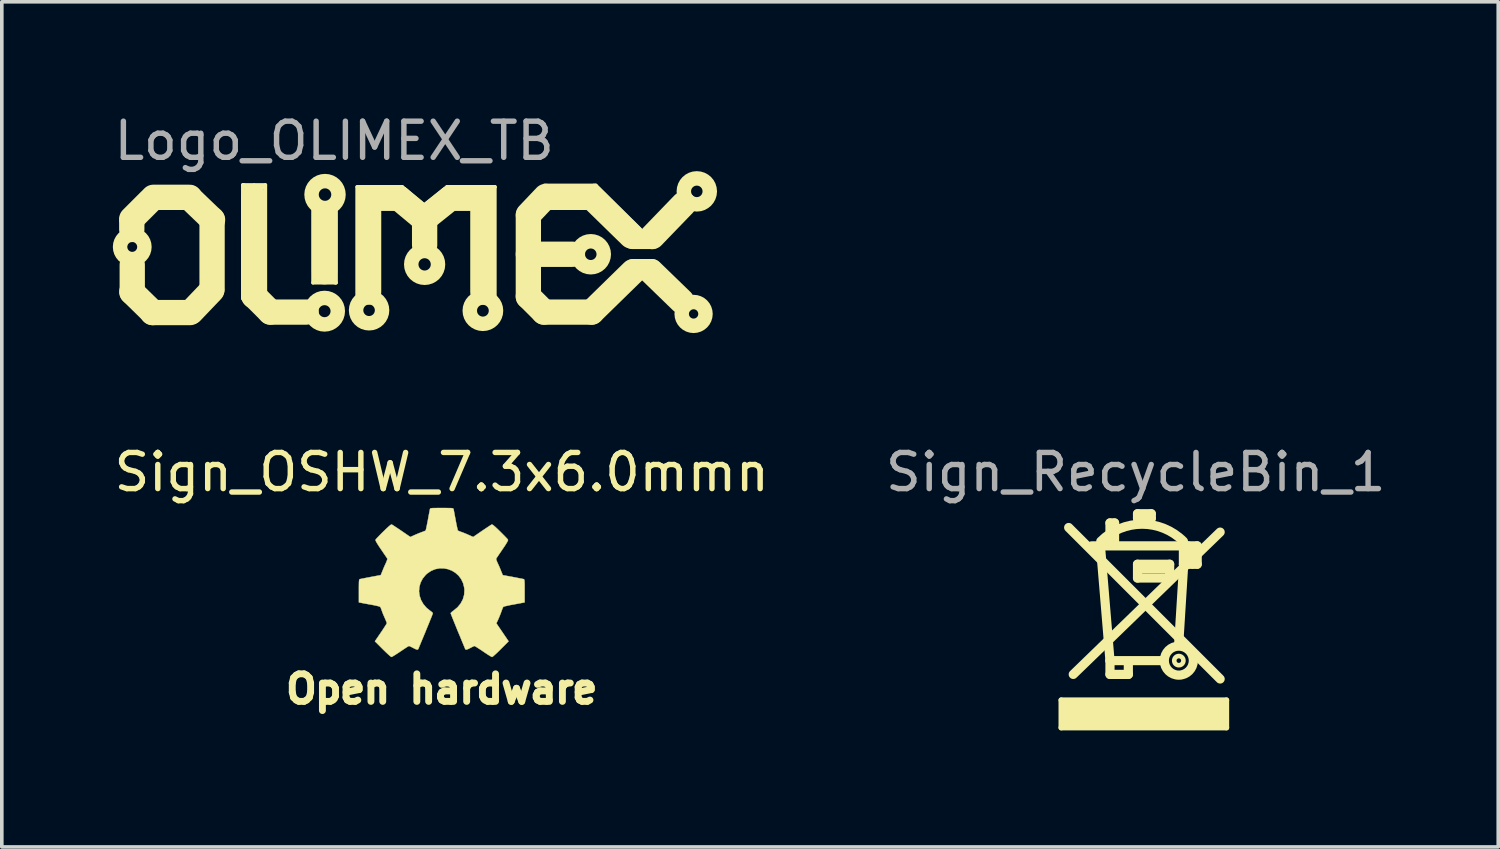
<source format=kicad_pcb>
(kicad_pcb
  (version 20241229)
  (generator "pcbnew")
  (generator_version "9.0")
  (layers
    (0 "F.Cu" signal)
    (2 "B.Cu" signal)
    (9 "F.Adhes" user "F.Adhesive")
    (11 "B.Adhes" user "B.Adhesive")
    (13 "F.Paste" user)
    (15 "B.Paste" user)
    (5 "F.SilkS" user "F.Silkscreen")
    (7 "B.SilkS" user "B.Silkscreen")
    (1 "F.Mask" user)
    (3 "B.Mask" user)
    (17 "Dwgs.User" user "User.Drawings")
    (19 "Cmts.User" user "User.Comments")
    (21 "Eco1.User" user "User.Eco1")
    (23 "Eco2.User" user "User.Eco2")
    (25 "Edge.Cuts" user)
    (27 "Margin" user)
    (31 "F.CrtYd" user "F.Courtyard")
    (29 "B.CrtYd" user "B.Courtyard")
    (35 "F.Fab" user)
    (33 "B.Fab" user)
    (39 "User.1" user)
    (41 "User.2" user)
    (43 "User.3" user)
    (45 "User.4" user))
  (footprint "Sign_OSHW_7.3x6.0mmn"
    (layer "F.Cu")
    (at 9.173 13.764)
    (property "Reference" "Sign_OSHW_7.3x6.0mmn" (at 0 -3.75 0) (layer "F.SilkS") (effects (font (size 1 1) (thickness 0.15))))
    (attr exclude_from_pos_files exclude_from_bom)
    (fp_poly (pts (xy 0.104 -2.758) (xy 0.182 -2.757) (xy 0.239 -2.756) (xy 0.278 -2.754) (xy 0.303 -2.75) (xy 0.316 -2.744) (xy 0.323 -2.737) (xy 0.326 -2.726) (xy 0.327 -2.725) (xy 0.332 -2.701) (xy 0.341 -2.653) (xy 0.353 -2.587) (xy 0.368 -2.508) (xy 0.385 -2.42) (xy 0.385 -2.417) (xy 0.401 -2.331) (xy 0.417 -2.255) (xy 0.43 -2.194) (xy 0.44 -2.152) (xy 0.446 -2.133) (xy 0.447 -2.133) (xy 0.465 -2.124) (xy 0.502 -2.109) (xy 0.551 -2.091) (xy 0.552 -2.091) (xy 0.613 -2.068) (xy 0.686 -2.038) (xy 0.754 -2.008) (xy 0.757 -2.007) (xy 0.869 -1.956) (xy 1.115 -2.125) (xy 1.191 -2.176) (xy 1.26 -2.222) (xy 1.317 -2.26) (xy 1.359 -2.287) (xy 1.383 -2.301) (xy 1.385 -2.302) (xy 1.402 -2.298) (xy 1.434 -2.275) (xy 1.481 -2.235) (xy 1.546 -2.174) (xy 1.612 -2.11) (xy 1.676 -2.046) (xy 1.733 -1.989) (xy 1.78 -1.94) (xy 1.814 -1.904) (xy 1.83 -1.884) (xy 1.831 -1.883) (xy 1.833 -1.869) (xy 1.826 -1.847) (xy 1.809 -1.814) (xy 1.779 -1.765) (xy 1.737 -1.699) (xy 1.679 -1.614) (xy 1.629 -1.54) (xy 1.583 -1.473) (xy 1.546 -1.417) (xy 1.519 -1.378) (xy 1.506 -1.357) (xy 1.505 -1.356) (xy 1.507 -1.336) (xy 1.519 -1.298) (xy 1.54 -1.248) (xy 1.547 -1.232) (xy 1.58 -1.162) (xy 1.614 -1.082) (xy 1.642 -1.012) (xy 1.663 -0.961) (xy 1.679 -0.922) (xy 1.688 -0.901) (xy 1.689 -0.9) (xy 1.706 -0.897) (xy 1.746 -0.89) (xy 1.804 -0.879) (xy 1.875 -0.866) (xy 1.952 -0.852) (xy 2.032 -0.837) (xy 2.107 -0.822) (xy 2.174 -0.809) (xy 2.227 -0.799) (xy 2.26 -0.792) (xy 2.268 -0.79) (xy 2.276 -0.785) (xy 2.283 -0.774) (xy 2.287 -0.754) (xy 2.29 -0.72) (xy 2.292 -0.67) (xy 2.293 -0.599) (xy 2.293 -0.504) (xy 2.293 -0.465) (xy 2.293 -0.147) (xy 2.217 -0.132) (xy 2.175 -0.124) (xy 2.111 -0.112) (xy 2.035 -0.098) (xy 1.953 -0.083) (xy 1.93 -0.079) (xy 1.855 -0.064) (xy 1.789 -0.049) (xy 1.738 -0.037) (xy 1.709 -0.027) (xy 1.704 -0.024) (xy 1.691 -0.003) (xy 1.674 0.038) (xy 1.655 0.09) (xy 1.651 0.102) (xy 1.625 0.172) (xy 1.594 0.25) (xy 1.563 0.321) (xy 1.563 0.322) (xy 1.511 0.433) (xy 1.68 0.681) (xy 1.849 0.93) (xy 1.632 1.147) (xy 1.567 1.212) (xy 1.507 1.269) (xy 1.456 1.315) (xy 1.418 1.348) (xy 1.396 1.363) (xy 1.392 1.364) (xy 1.374 1.356) (xy 1.335 1.335) (xy 1.281 1.301) (xy 1.216 1.259) (xy 1.146 1.212) (xy 1.075 1.164) (xy 1.011 1.122) (xy 0.959 1.089) (xy 0.923 1.067) (xy 0.907 1.06) (xy 0.887 1.066) (xy 0.85 1.083) (xy 0.803 1.107) (xy 0.798 1.11) (xy 0.734 1.142) (xy 0.69 1.158) (xy 0.663 1.158) (xy 0.649 1.143) (xy 0.649 1.143) (xy 0.642 1.126) (xy 0.625 1.085) (xy 0.6 1.024) (xy 0.567 0.945) (xy 0.529 0.852) (xy 0.486 0.748) (xy 0.444 0.648) (xy 0.399 0.537) (xy 0.357 0.434) (xy 0.32 0.342) (xy 0.289 0.265) (xy 0.266 0.206) (xy 0.251 0.167) (xy 0.247 0.153) (xy 0.258 0.136) (xy 0.287 0.11) (xy 0.326 0.081) (xy 0.437 -0.011) (xy 0.523 -0.116) (xy 0.585 -0.233) (xy 0.62 -0.358) (xy 0.628 -0.49) (xy 0.622 -0.552) (xy 0.591 -0.678) (xy 0.538 -0.79) (xy 0.466 -0.886) (xy 0.378 -0.965) (xy 0.278 -1.026) (xy 0.168 -1.067) (xy 0.053 -1.089) (xy -0.065 -1.088) (xy -0.181 -1.066) (xy -0.294 -1.019) (xy -0.4 -0.948) (xy -0.444 -0.908) (xy -0.528 -0.805) (xy -0.587 -0.692) (xy -0.62 -0.573) (xy -0.629 -0.451) (xy -0.613 -0.329) (xy -0.573 -0.211) (xy -0.51 -0.1) (xy -0.423 0.002) (xy -0.326 0.081) (xy -0.286 0.111) (xy -0.257 0.137) (xy -0.247 0.153) (xy -0.252 0.17) (xy -0.267 0.21) (xy -0.291 0.272) (xy -0.323 0.35) (xy -0.36 0.443) (xy -0.403 0.546) (xy -0.444 0.648) (xy -0.49 0.759) (xy -0.533 0.862) (xy -0.571 0.953) (xy -0.603 1.03) (xy -0.627 1.09) (xy -0.643 1.129) (xy -0.649 1.143) (xy -0.663 1.158) (xy -0.69 1.158) (xy -0.734 1.142) (xy -0.797 1.11) (xy -0.798 1.11) (xy -0.845 1.085) (xy -0.884 1.067) (xy -0.906 1.06) (xy -0.907 1.06) (xy -0.923 1.067) (xy -0.96 1.089) (xy -1.012 1.122) (xy -1.075 1.164) (xy -1.146 1.212) (xy -1.218 1.26) (xy -1.283 1.302) (xy -1.336 1.335) (xy -1.374 1.357) (xy -1.392 1.364) (xy -1.409 1.354) (xy -1.443 1.327) (xy -1.49 1.284) (xy -1.547 1.231) (xy -1.612 1.168) (xy -1.633 1.147) (xy -1.85 0.93) (xy -1.684 0.687) (xy -1.634 0.613) (xy -1.59 0.546) (xy -1.555 0.491) (xy -1.53 0.451) (xy -1.519 0.43) (xy -1.519 0.429) (xy -1.525 0.409) (xy -1.54 0.37) (xy -1.562 0.317) (xy -1.578 0.282) (xy -1.607 0.215) (xy -1.635 0.147) (xy -1.656 0.09) (xy -1.662 0.073) (xy -1.679 0.026) (xy -1.695 -0.01) (xy -1.704 -0.024) (xy -1.723 -0.032) (xy -1.766 -0.044) (xy -1.826 -0.058) (xy -1.898 -0.073) (xy -1.93 -0.079) (xy -2.012 -0.094) (xy -2.091 -0.108) (xy -2.159 -0.121) (xy -2.208 -0.13) (xy -2.217 -0.132) (xy -2.293 -0.147) (xy -2.293 -0.465) (xy -2.293 -0.569) (xy -2.292 -0.648) (xy -2.291 -0.705) (xy -2.288 -0.744) (xy -2.284 -0.769) (xy -2.279 -0.782) (xy -2.271 -0.789) (xy -2.268 -0.79) (xy -2.249 -0.794) (xy -2.207 -0.802) (xy -2.148 -0.814) (xy -2.077 -0.828) (xy -1.999 -0.843) (xy -1.92 -0.858) (xy -1.845 -0.872) (xy -1.779 -0.884) (xy -1.727 -0.894) (xy -1.696 -0.899) (xy -1.689 -0.9) (xy -1.683 -0.912) (xy -1.669 -0.946) (xy -1.65 -0.994) (xy -1.642 -1.012) (xy -1.613 -1.085) (xy -1.578 -1.165) (xy -1.547 -1.232) (xy -1.525 -1.284) (xy -1.51 -1.326) (xy -1.504 -1.352) (xy -1.505 -1.356) (xy -1.516 -1.372) (xy -1.54 -1.409) (xy -1.576 -1.461) (xy -1.62 -1.526) (xy -1.67 -1.6) (xy -1.68 -1.614) (xy -1.738 -1.7) (xy -1.78 -1.766) (xy -1.809 -1.814) (xy -1.826 -1.847) (xy -1.833 -1.869) (xy -1.831 -1.883) (xy -1.831 -1.883) (xy -1.816 -1.901) (xy -1.785 -1.935) (xy -1.739 -1.983) (xy -1.683 -2.04) (xy -1.62 -2.103) (xy -1.612 -2.11) (xy -1.533 -2.187) (xy -1.471 -2.244) (xy -1.427 -2.281) (xy -1.398 -2.3) (xy -1.385 -2.302) (xy -1.367 -2.292) (xy -1.328 -2.267) (xy -1.274 -2.231) (xy -1.207 -2.187) (xy -1.133 -2.137) (xy -1.115 -2.125) (xy -0.869 -1.956) (xy -0.757 -2.007) (xy -0.69 -2.036) (xy -0.617 -2.066) (xy -0.554 -2.09) (xy -0.552 -2.091) (xy -0.503 -2.109) (xy -0.465 -2.124) (xy -0.447 -2.133) (xy -0.447 -2.133) (xy -0.441 -2.149) (xy -0.431 -2.19) (xy -0.418 -2.25) (xy -0.403 -2.325) (xy -0.386 -2.41) (xy -0.385 -2.417) (xy -0.369 -2.505) (xy -0.354 -2.585) (xy -0.341 -2.651) (xy -0.332 -2.7) (xy -0.327 -2.725) (xy -0.327 -2.725) (xy -0.323 -2.736) (xy -0.317 -2.744) (xy -0.305 -2.75) (xy -0.281 -2.753) (xy -0.244 -2.756) (xy -0.19 -2.757) (xy -0.114 -2.758) (xy -0.013 -2.758) (xy 0 -2.758) (xy 0.104 -2.758)) (stroke (width 0.01) (type solid)) (fill yes) (layer "F.SilkS"))
    (fp_text user "Open hardware" (at 0 2.25 0) (layer "F.SilkS") (effects (font (size 0.762 0.762) (thickness 0.191)))))
  (footprint "Logo_OLIMEX_TB"
    (layer "F.Cu")
    (at 8.597 3.909)
    (property "Reference" "Logo_OLIMEX_TB" (at -2.4 -3.061 0) (layer "F.Fab") (effects (font (size 1 1) (thickness 0.15))))
    (attr through_hole)
    (fp_line (start -8.001 -0.902) (end -7.493 -1.41) (stroke (width 0.7) (type solid)) (layer "F.SilkS"))
    (fp_line (start -8.001 -0.851) (end -8.001 -0.61) (stroke (width 0.7) (type solid)) (layer "F.SilkS"))
    (fp_line (start -8.001 1.118) (end -7.417 1.689) (stroke (width 0.7) (type solid)) (layer "F.SilkS"))
    (fp_line (start -7.988 1.13) (end -7.988 0.368) (stroke (width 0.7) (type solid)) (layer "F.SilkS"))
    (fp_line (start -7.429 1.689) (end -6.388 1.689) (stroke (width 0.7) (type solid)) (layer "F.SilkS"))
    (fp_line (start -6.401 -1.499) (end -7.404 -1.499) (stroke (width 0.7) (type solid)) (layer "F.SilkS"))
    (fp_line (start -6.401 -1.486) (end -5.766 -0.876) (stroke (width 0.7) (type solid)) (layer "F.SilkS"))
    (fp_line (start -5.791 1.079) (end -6.35 1.664) (stroke (width 0.7) (type solid)) (layer "F.SilkS"))
    (fp_line (start -5.779 -0.889) (end -5.779 1.041) (stroke (width 0.7) (type solid)) (layer "F.SilkS"))
    (fp_line (start -4.928 -1.841) (end -4.928 1.308) (stroke (width 0.1) (type solid)) (layer "F.SilkS"))
    (fp_line (start -4.915 -1.841) (end -4.928 -1.841) (stroke (width 0.1) (type solid)) (layer "F.SilkS"))
    (fp_line (start -4.902 -1.841) (end -4.915 -1.841) (stroke (width 0.1) (type solid)) (layer "F.SilkS"))
    (fp_line (start -4.788 -1.753) (end -4.851 -1.765) (stroke (width 0.1) (type solid)) (layer "F.SilkS"))
    (fp_line (start -4.623 -1.841) (end -4.902 -1.841) (stroke (width 0.1) (type solid)) (layer "F.SilkS"))
    (fp_line (start -4.623 1.232) (end -4.623 -1.499) (stroke (width 0.7) (type solid)) (layer "F.SilkS"))
    (fp_line (start -4.61 -1.841) (end -4.305 -1.841) (stroke (width 0.1) (type solid)) (layer "F.SilkS"))
    (fp_line (start -4.483 -1.765) (end -4.369 -1.765) (stroke (width 0.1) (type solid)) (layer "F.SilkS"))
    (fp_line (start -4.305 -1.841) (end -4.305 1.194) (stroke (width 0.1) (type solid)) (layer "F.SilkS"))
    (fp_line (start -4.166 1.676) (end -4.623 1.219) (stroke (width 0.7) (type solid)) (layer "F.SilkS"))
    (fp_line (start -3.18 1.676) (end -4.166 1.676) (stroke (width 0.7) (type solid)) (layer "F.SilkS"))
    (fp_line (start -2.985 -1.156) (end -2.985 0.864) (stroke (width 0.1) (type solid)) (layer "F.SilkS"))
    (fp_line (start -2.985 0.864) (end -2.375 0.864) (stroke (width 0.1) (type solid)) (layer "F.SilkS"))
    (fp_line (start -2.845 0.8) (end -2.908 0.8) (stroke (width 0.1) (type solid)) (layer "F.SilkS"))
    (fp_line (start -2.667 -1.041) (end -2.667 0.559) (stroke (width 0.7) (type solid)) (layer "F.SilkS"))
    (fp_line (start -2.502 0.8) (end -2.413 0.8) (stroke (width 0.1) (type solid)) (layer "F.SilkS"))
    (fp_line (start -2.375 0.864) (end -2.349 0.864) (stroke (width 0.1) (type solid)) (layer "F.SilkS"))
    (fp_line (start -2.349 0.864) (end -2.349 -1.156) (stroke (width 0.1) (type solid)) (layer "F.SilkS"))
    (fp_line (start -1.765 -1.791) (end -0.521 -1.791) (stroke (width 0.1) (type solid)) (layer "F.SilkS"))
    (fp_line (start -1.765 1.206) (end -1.765 -1.778) (stroke (width 0.1) (type solid)) (layer "F.SilkS"))
    (fp_line (start -1.613 -1.727) (end -1.689 -1.727) (stroke (width 0.1) (type solid)) (layer "F.SilkS"))
    (fp_line (start -1.448 -1.473) (end -0.61 -1.473) (stroke (width 0.7) (type solid)) (layer "F.SilkS"))
    (fp_line (start -1.448 1.118) (end -1.448 -1.473) (stroke (width 0.7) (type solid)) (layer "F.SilkS"))
    (fp_line (start -0.61 -1.473) (end 0 -0.965) (stroke (width 0.7) (type solid)) (layer "F.SilkS"))
    (fp_line (start -0.521 -1.791) (end 0.064 -1.308) (stroke (width 0.1) (type solid)) (layer "F.SilkS"))
    (fp_line (start 0.102 -0.178) (end 0.102 -0.889) (stroke (width 0.7) (type solid)) (layer "F.SilkS"))
    (fp_line (start 0.178 -0.965) (end 0.813 -1.473) (stroke (width 0.7) (type solid)) (layer "F.SilkS"))
    (fp_line (start 0.724 -1.791) (end 0.102 -1.295) (stroke (width 0.1) (type solid)) (layer "F.SilkS"))
    (fp_line (start 0.749 -1.791) (end 0.724 -1.791) (stroke (width 0.1) (type solid)) (layer "F.SilkS"))
    (fp_line (start 0.813 -1.473) (end 1.702 -1.473) (stroke (width 0.7) (type solid)) (layer "F.SilkS"))
    (fp_line (start 1.714 -1.486) (end 1.714 1.118) (stroke (width 0.7) (type solid)) (layer "F.SilkS"))
    (fp_line (start 1.892 -1.714) (end 1.994 -1.714) (stroke (width 0.1) (type solid)) (layer "F.SilkS"))
    (fp_line (start 2.045 -1.791) (end 0.749 -1.791) (stroke (width 0.1) (type solid)) (layer "F.SilkS"))
    (fp_line (start 2.045 -1.778) (end 2.045 -1.791) (stroke (width 0.1) (type solid)) (layer "F.SilkS"))
    (fp_line (start 2.045 1.232) (end 2.045 -1.778) (stroke (width 0.1) (type solid)) (layer "F.SilkS"))
    (fp_line (start 2.972 -1.016) (end 3.454 -1.524) (stroke (width 0.7) (type solid)) (layer "F.SilkS"))
    (fp_line (start 2.972 -0.991) (end 2.972 1.245) (stroke (width 0.7) (type solid)) (layer "F.SilkS"))
    (fp_line (start 2.972 1.245) (end 3.404 1.676) (stroke (width 0.7) (type solid)) (layer "F.SilkS"))
    (fp_line (start 3.404 1.676) (end 4.724 1.676) (stroke (width 0.7) (type solid)) (layer "F.SilkS"))
    (fp_line (start 3.416 -1.829) (end 4.788 -1.829) (stroke (width 0.1) (type solid)) (layer "F.SilkS"))
    (fp_line (start 3.502 -1.499) (end 4.724 -1.499) (stroke (width 0.7) (type solid)) (layer "F.SilkS"))
    (fp_line (start 4.191 0.076) (end 2.972 0.076) (stroke (width 0.7) (type solid)) (layer "F.SilkS"))
    (fp_line (start 4.724 -1.499) (end 5.817 -0.432) (stroke (width 0.7) (type solid)) (layer "F.SilkS"))
    (fp_line (start 4.724 1.676) (end 5.867 0.559) (stroke (width 0.7) (type solid)) (layer "F.SilkS"))
    (fp_line (start 4.788 -1.829) (end 4.839 -1.829) (stroke (width 0.1) (type solid)) (layer "F.SilkS"))
    (fp_line (start 4.839 -1.829) (end 6.096 -0.584) (stroke (width 0.1) (type solid)) (layer "F.SilkS"))
    (fp_line (start 5.842 -0.318) (end 6.401 -0.318) (stroke (width 0.5) (type solid)) (layer "F.SilkS"))
    (fp_line (start 5.867 0.457) (end 6.401 0.457) (stroke (width 0.5) (type solid)) (layer "F.SilkS"))
    (fp_line (start 7.214 1.372) (end 6.375 0.559) (stroke (width 0.7) (type solid)) (layer "F.SilkS"))
    (fp_line (start 7.264 -1.308) (end 6.401 -0.414) (stroke (width 0.7) (type solid)) (layer "F.SilkS"))
    (fp_circle (center -7.988 -0.127) (end -7.671 -0.241) (stroke (width 0.4) (type solid)) (fill no) (layer "F.SilkS"))
    (fp_circle (center -2.667 1.651) (end -2.464 1.346) (stroke (width 0.4) (type solid)) (fill no) (layer "F.SilkS"))
    (fp_circle (center -2.654 -1.575) (end -2.54 -1.93) (stroke (width 0.4) (type solid)) (fill no) (layer "F.SilkS"))
    (fp_circle (center -1.435 1.626) (end -1.194 1.359) (stroke (width 0.4) (type solid)) (fill no) (layer "F.SilkS"))
    (fp_circle (center 0.102 0.356) (end 0.33 0.064) (stroke (width 0.4) (type solid)) (fill no) (layer "F.SilkS"))
    (fp_circle (center 1.714 1.638) (end 1.93 1.346) (stroke (width 0.4) (type solid)) (fill no) (layer "F.SilkS"))
    (fp_circle (center 4.699 0.076) (end 4.966 -0.165) (stroke (width 0.4) (type solid)) (fill no) (layer "F.SilkS"))
    (fp_circle (center 7.544 1.727) (end 7.836 1.575) (stroke (width 0.4) (type solid)) (fill no) (layer "F.SilkS"))
    (fp_circle (center 7.633 -1.664) (end 7.938 -1.854) (stroke (width 0.4) (type solid)) (fill no) (layer "F.SilkS")))
  (footprint "Sign_RecycleBin_1"
    (layer "F.Cu")
    (at 26.265 17.134)
    (property "Reference" "Sign_RecycleBin_1" (at 2.11 -7.12 0) (layer "F.Fab") (effects (font (size 1 1) (thickness 0.15))))
    (attr through_hole)
    (fp_line (start 0.048 -0.812) (end 4.62 -0.812) (stroke (width 0.15) (type solid)) (layer "F.SilkS"))
    (fp_line (start 0.048 -0.05) (end 0.048 -0.812) (stroke (width 0.15) (type solid)) (layer "F.SilkS"))
    (fp_line (start 0.099 -0.66) (end 4.569 -0.66) (stroke (width 0.15) (type solid)) (layer "F.SilkS"))
    (fp_line (start 0.099 -0.609) (end 4.518 -0.609) (stroke (width 0.15) (type solid)) (layer "F.SilkS"))
    (fp_line (start 0.099 -0.456) (end 4.569 -0.456) (stroke (width 0.15) (type solid)) (layer "F.SilkS"))
    (fp_line (start 0.099 -0.152) (end 4.518 -0.152) (stroke (width 0.15) (type solid)) (layer "F.SilkS"))
    (fp_line (start 0.254 -5.588) (end 4.445 -1.397) (stroke (width 0.254) (type solid)) (layer "F.SilkS"))
    (fp_line (start 0.381 -1.524) (end 4.445 -5.461) (stroke (width 0.254) (type solid)) (layer "F.SilkS"))
    (fp_line (start 0.889 -5.08) (end 3.81 -5.08) (stroke (width 0.254) (type solid)) (layer "F.SilkS"))
    (fp_line (start 1.397 -5.715) (end 1.524 -5.715) (stroke (width 0.254) (type solid)) (layer "F.SilkS"))
    (fp_line (start 1.397 -5.207) (end 1.397 -5.715) (stroke (width 0.254) (type solid)) (layer "F.SilkS"))
    (fp_line (start 1.397 -1.905) (end 1.143 -4.953) (stroke (width 0.254) (type solid)) (layer "F.SilkS"))
    (fp_line (start 1.397 -1.905) (end 1.397 -1.524) (stroke (width 0.254) (type solid)) (layer "F.SilkS"))
    (fp_line (start 1.397 -1.905) (end 2.794 -1.905) (stroke (width 0.254) (type solid)) (layer "F.SilkS"))
    (fp_line (start 1.397 -1.524) (end 1.905 -1.524) (stroke (width 0.254) (type solid)) (layer "F.SilkS"))
    (fp_line (start 1.524 -5.715) (end 1.524 -5.207) (stroke (width 0.254) (type solid)) (layer "F.SilkS"))
    (fp_line (start 1.905 -1.524) (end 1.905 -1.778) (stroke (width 0.254) (type solid)) (layer "F.SilkS"))
    (fp_line (start 2.159 -5.969) (end 2.159 -5.842) (stroke (width 0.254) (type solid)) (layer "F.SilkS"))
    (fp_line (start 2.159 -5.842) (end 2.54 -5.842) (stroke (width 0.254) (type solid)) (layer "F.SilkS"))
    (fp_line (start 2.159 -4.572) (end 3.048 -4.572) (stroke (width 0.254) (type solid)) (layer "F.SilkS"))
    (fp_line (start 2.159 -4.191) (end 2.159 -4.572) (stroke (width 0.254) (type solid)) (layer "F.SilkS"))
    (fp_line (start 2.286 -4.445) (end 2.921 -4.445) (stroke (width 0.254) (type solid)) (layer "F.SilkS"))
    (fp_line (start 2.54 -5.969) (end 2.159 -5.969) (stroke (width 0.254) (type solid)) (layer "F.SilkS"))
    (fp_line (start 2.54 -5.842) (end 2.54 -5.969) (stroke (width 0.254) (type solid)) (layer "F.SilkS"))
    (fp_line (start 3.048 -4.572) (end 3.048 -4.191) (stroke (width 0.254) (type solid)) (layer "F.SilkS"))
    (fp_line (start 3.048 -4.191) (end 2.159 -4.191) (stroke (width 0.254) (type solid)) (layer "F.SilkS"))
    (fp_line (start 3.302 -2.413) (end 3.429 -4.445) (stroke (width 0.254) (type solid)) (layer "F.SilkS"))
    (fp_line (start 3.429 -5.08) (end 3.429 -4.572) (stroke (width 0.254) (type solid)) (layer "F.SilkS"))
    (fp_line (start 3.429 -4.572) (end 3.81 -4.572) (stroke (width 0.254) (type solid)) (layer "F.SilkS"))
    (fp_line (start 3.556 -5.08) (end 3.683 -4.699) (stroke (width 0.254) (type solid)) (layer "F.SilkS"))
    (fp_line (start 3.556 -4.953) (end 3.556 -4.826) (stroke (width 0.254) (type solid)) (layer "F.SilkS"))
    (fp_line (start 3.556 -4.953) (end 3.556 -4.826) (stroke (width 0.254) (type solid)) (layer "F.SilkS"))
    (fp_line (start 3.556 -4.953) (end 3.683 -4.953) (stroke (width 0.254) (type solid)) (layer "F.SilkS"))
    (fp_line (start 3.556 -4.572) (end 3.556 -4.953) (stroke (width 0.254) (type solid)) (layer "F.SilkS"))
    (fp_line (start 3.683 -4.953) (end 3.683 -4.572) (stroke (width 0.254) (type solid)) (layer "F.SilkS"))
    (fp_line (start 3.81 -4.572) (end 3.81 -5.08) (stroke (width 0.254) (type solid)) (layer "F.SilkS"))
    (fp_line (start 4.518 -0.253) (end 0.15 -0.253) (stroke (width 0.15) (type solid)) (layer "F.SilkS"))
    (fp_line (start 4.569 -0.761) (end 0.15 -0.761) (stroke (width 0.15) (type solid)) (layer "F.SilkS"))
    (fp_line (start 4.569 -0.507) (end 0.15 -0.507) (stroke (width 0.15) (type solid)) (layer "F.SilkS"))
    (fp_line (start 4.569 -0.355) (end 0.15 -0.355) (stroke (width 0.15) (type solid)) (layer "F.SilkS"))
    (fp_line (start 4.62 -0.812) (end 4.62 -0.05) (stroke (width 0.15) (type solid)) (layer "F.SilkS"))
    (fp_line (start 4.62 -0.05) (end 0.048 -0.05) (stroke (width 0.15) (type solid)) (layer "F.SilkS"))
    (fp_arc (start 1.143 -5.207) (mid 2.286 -5.680446) (end 3.429 -5.207) (stroke (width 0.254) (type solid)) (layer "F.SilkS"))
    (fp_circle (center 3.302 -1.905) (end 3.429 -1.905) (stroke (width 0.127) (type solid)) (fill no) (layer "F.SilkS"))
    (fp_circle (center 3.302 -1.905) (end 3.683 -2.032) (stroke (width 0.254) (type solid)) (fill no) (layer "F.SilkS")))
  (gr_rect
    (start -3 -3)
    (end 38.405 20.384)
    (stroke (width 0.1) (type default))
    (fill no)
    (layer "Edge.Cuts")))
</source>
